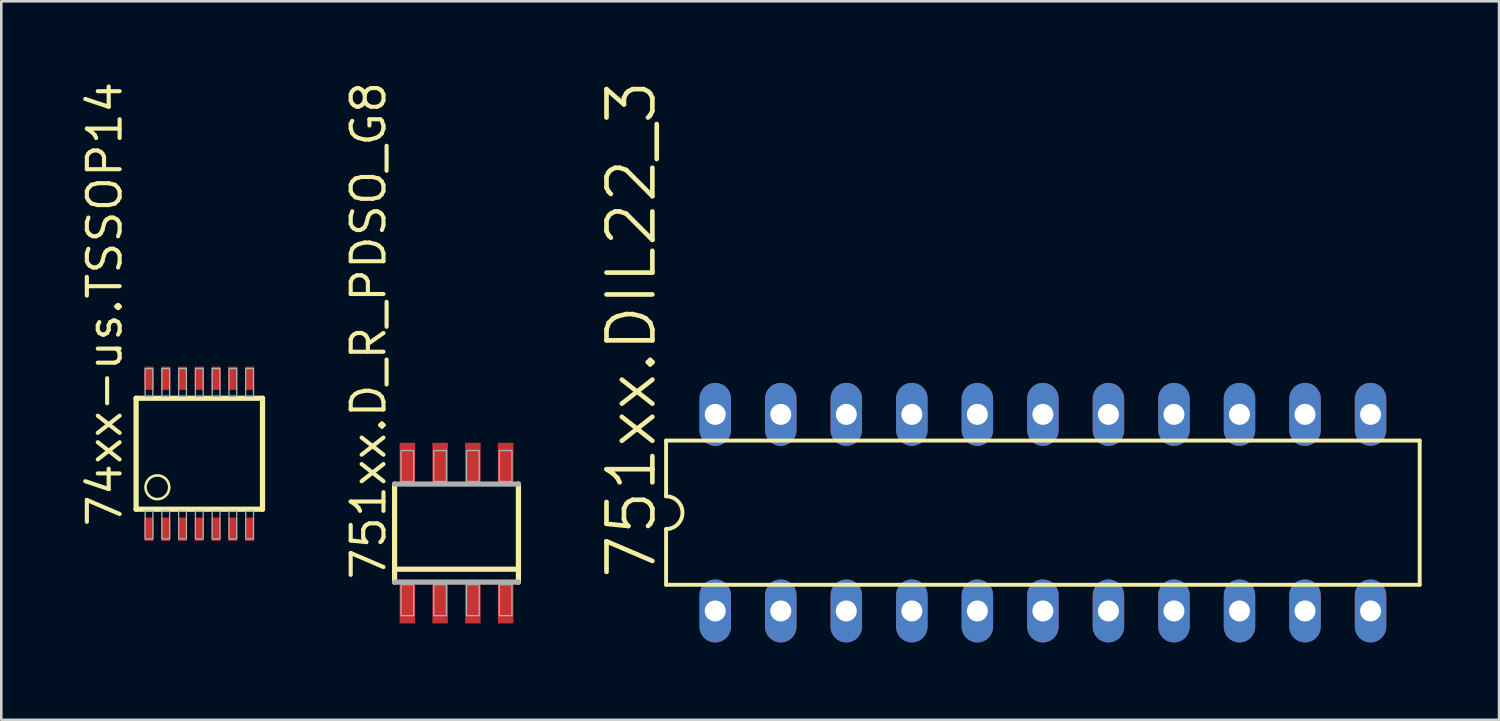
<source format=kicad_pcb>
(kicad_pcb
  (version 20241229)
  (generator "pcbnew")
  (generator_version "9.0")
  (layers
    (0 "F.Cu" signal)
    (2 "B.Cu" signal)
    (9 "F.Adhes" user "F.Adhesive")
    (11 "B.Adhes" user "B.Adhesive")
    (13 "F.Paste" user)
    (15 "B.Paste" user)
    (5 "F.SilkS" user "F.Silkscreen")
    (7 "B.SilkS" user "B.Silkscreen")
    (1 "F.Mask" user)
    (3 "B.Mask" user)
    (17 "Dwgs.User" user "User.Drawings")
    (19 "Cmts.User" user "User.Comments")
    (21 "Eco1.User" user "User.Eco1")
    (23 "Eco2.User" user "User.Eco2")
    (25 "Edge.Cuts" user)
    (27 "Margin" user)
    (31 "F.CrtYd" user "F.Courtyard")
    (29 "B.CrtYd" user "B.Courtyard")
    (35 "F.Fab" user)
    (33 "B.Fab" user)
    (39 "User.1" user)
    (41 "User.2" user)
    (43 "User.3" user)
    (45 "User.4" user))
  (footprint "751xx.DIL22_3"
    (layer "F.Cu")
    (at 37.373 16.821)
    (property "Reference" "751xx.DIL22_3" (at -14.91 2.667 90) (layer "F.SilkS") (effects (font (size 1.778 1.778) (thickness 0.18)) (justify left bottom)))
    (attr through_hole)
    (fp_line (start -14.605 -2.794) (end -14.605 -0.635) (stroke (width 0.152) (type default)) (layer "F.SilkS"))
    (fp_line (start -14.605 -2.794) (end 14.605 -2.794) (stroke (width 0.152) (type default)) (layer "F.SilkS"))
    (fp_line (start -14.605 0.635) (end -14.605 2.794) (stroke (width 0.152) (type default)) (layer "F.SilkS"))
    (fp_line (start -14.605 2.794) (end 14.605 2.794) (stroke (width 0.152) (type default)) (layer "F.SilkS"))
    (fp_line (start 14.605 2.794) (end 14.605 -2.794) (stroke (width 0.152) (type default)) (layer "F.SilkS"))
    (fp_arc (start -14.605 -0.635) (mid -13.97 0) (end -14.605 0.635) (stroke (width 0.1524) (type default)) (layer "F.SilkS"))
    (pad "1" thru_hole oval (at -12.7 3.81 90) (size 2.438 1.219) (drill 0.813) (layers "*.Cu" "*.Mask"))
    (pad "2" thru_hole oval (at -10.16 3.81 90) (size 2.438 1.219) (drill 0.813) (layers "*.Cu" "*.Mask"))
    (pad "3" thru_hole oval (at -7.62 3.81 90) (size 2.438 1.219) (drill 0.813) (layers "*.Cu" "*.Mask"))
    (pad "4" thru_hole oval (at -5.08 3.81 90) (size 2.438 1.219) (drill 0.813) (layers "*.Cu" "*.Mask"))
    (pad "5" thru_hole oval (at -2.54 3.81 90) (size 2.438 1.219) (drill 0.813) (layers "*.Cu" "*.Mask"))
    (pad "6" thru_hole oval (at 0 3.81 90) (size 2.438 1.219) (drill 0.813) (layers "*.Cu" "*.Mask"))
    (pad "7" thru_hole oval (at 2.54 3.81 90) (size 2.438 1.219) (drill 0.813) (layers "*.Cu" "*.Mask"))
    (pad "8" thru_hole oval (at 5.08 3.81 90) (size 2.438 1.219) (drill 0.813) (layers "*.Cu" "*.Mask"))
    (pad "9" thru_hole oval (at 7.62 3.81 90) (size 2.438 1.219) (drill 0.813) (layers "*.Cu" "*.Mask"))
    (pad "10" thru_hole oval (at 10.16 3.81 90) (size 2.438 1.219) (drill 0.813) (layers "*.Cu" "*.Mask"))
    (pad "11" thru_hole oval (at 12.7 3.81 90) (size 2.438 1.219) (drill 0.813) (layers "*.Cu" "*.Mask"))
    (pad "12" thru_hole oval (at 12.7 -3.81 90) (size 2.438 1.219) (drill 0.813) (layers "*.Cu" "*.Mask"))
    (pad "13" thru_hole oval (at 10.16 -3.81 90) (size 2.438 1.219) (drill 0.813) (layers "*.Cu" "*.Mask"))
    (pad "14" thru_hole oval (at 7.62 -3.81 90) (size 2.438 1.219) (drill 0.813) (layers "*.Cu" "*.Mask"))
    (pad "15" thru_hole oval (at 5.08 -3.81 90) (size 2.438 1.219) (drill 0.813) (layers "*.Cu" "*.Mask"))
    (pad "16" thru_hole oval (at 2.54 -3.81 90) (size 2.438 1.219) (drill 0.813) (layers "*.Cu" "*.Mask"))
    (pad "17" thru_hole oval (at 0 -3.81 90) (size 2.438 1.219) (drill 0.813) (layers "*.Cu" "*.Mask"))
    (pad "18" thru_hole oval (at -2.54 -3.81 90) (size 2.438 1.219) (drill 0.813) (layers "*.Cu" "*.Mask"))
    (pad "19" thru_hole oval (at -5.08 -3.81 90) (size 2.438 1.219) (drill 0.813) (layers "*.Cu" "*.Mask"))
    (pad "20" thru_hole oval (at -7.62 -3.81 90) (size 2.438 1.219) (drill 0.813) (layers "*.Cu" "*.Mask"))
    (pad "21" thru_hole oval (at -10.16 -3.81 90) (size 2.438 1.219) (drill 0.813) (layers "*.Cu" "*.Mask"))
    (pad "22" thru_hole oval (at -12.7 -3.81 90) (size 2.438 1.219) (drill 0.813) (layers "*.Cu" "*.Mask")))
  (footprint "751xx.D_R_PDSO_G8"
    (layer "F.Cu")
    (at 14.644 17.613)
    (property "Reference" "751xx.D_R_PDSO_G8" (at -2.667 1.905 90) (layer "F.SilkS") (effects (font (size 1.27 1.27) (thickness 0.16)) (justify left bottom)))
    (attr smd)
    (fp_line (start -2.4 1.4) (end -2.4 -1.9) (stroke (width 0.203) (type default)) (layer "F.SilkS"))
    (fp_line (start -2.4 1.9) (end -2.4 1.4) (stroke (width 0.203) (type default)) (layer "F.SilkS"))
    (fp_line (start 2.4 -1.9) (end 2.4 1.4) (stroke (width 0.203) (type default)) (layer "F.SilkS"))
    (fp_line (start 2.4 1.4) (end -2.4 1.4) (stroke (width 0.203) (type default)) (layer "F.SilkS"))
    (fp_line (start 2.4 1.4) (end 2.4 1.9) (stroke (width 0.203) (type default)) (layer "F.SilkS"))
    (fp_line (start -2.4 -1.9) (end 2.4 -1.9) (stroke (width 0.203) (type default)) (layer "F.Fab"))
    (fp_line (start 2.4 1.9) (end -2.4 1.9) (stroke (width 0.203) (type default)) (layer "F.Fab"))
    (fp_rect (start -2.15 -2) (end -1.66 -3.2) (stroke (width 0.05) (type default)) (fill no) (layer "F.Fab"))
    (fp_rect (start -2.15 3.2) (end -1.66 2) (stroke (width 0.05) (type default)) (fill no) (layer "F.Fab"))
    (fp_rect (start -0.88 -2) (end -0.39 -3.2) (stroke (width 0.05) (type default)) (fill no) (layer "F.Fab"))
    (fp_rect (start -0.88 3.2) (end -0.39 2) (stroke (width 0.05) (type default)) (fill no) (layer "F.Fab"))
    (fp_rect (start 0.39 -2) (end 0.88 -3.2) (stroke (width 0.05) (type default)) (fill no) (layer "F.Fab"))
    (fp_rect (start 0.39 3.2) (end 0.88 2) (stroke (width 0.05) (type default)) (fill no) (layer "F.Fab"))
    (fp_rect (start 1.66 -2) (end 2.15 -3.2) (stroke (width 0.05) (type default)) (fill no) (layer "F.Fab"))
    (fp_rect (start 1.66 3.2) (end 2.15 2) (stroke (width 0.05) (type default)) (fill no) (layer "F.Fab"))
    (pad "1" smd roundrect (at -1.905 2.75) (size 0.6 1.5) (layers "F.Cu" "F.Mask" "F.Paste") (roundrect_rratio 0.01))
    (pad "2" smd roundrect (at -0.635 2.75) (size 0.6 1.5) (layers "F.Cu" "F.Mask" "F.Paste") (roundrect_rratio 0.01))
    (pad "3" smd roundrect (at 0.635 2.75) (size 0.6 1.5) (layers "F.Cu" "F.Mask" "F.Paste") (roundrect_rratio 0.01))
    (pad "4" smd roundrect (at 1.905 2.75) (size 0.6 1.5) (layers "F.Cu" "F.Mask" "F.Paste") (roundrect_rratio 0.01))
    (pad "5" smd roundrect (at 1.905 -2.75) (size 0.6 1.5) (layers "F.Cu" "F.Mask" "F.Paste") (roundrect_rratio 0.01))
    (pad "6" smd roundrect (at 0.635 -2.75) (size 0.6 1.5) (layers "F.Cu" "F.Mask" "F.Paste") (roundrect_rratio 0.01))
    (pad "7" smd roundrect (at -0.635 -2.75) (size 0.6 1.5) (layers "F.Cu" "F.Mask" "F.Paste") (roundrect_rratio 0.01))
    (pad "8" smd roundrect (at -1.905 -2.75) (size 0.6 1.5) (layers "F.Cu" "F.Mask" "F.Paste") (roundrect_rratio 0.01)))
  (footprint "74xx-us.TSSOP14"
    (layer "F.Cu")
    (at 4.675 14.537)
    (property "Reference" "74xx-us.TSSOP14" (at -2.925 2.925 90) (layer "F.SilkS") (effects (font (size 1.27 1.27) (thickness 0.16)) (justify left bottom)))
    (attr smd)
    (fp_rect (start -2.175 -2.425) (end -1.725 -3.425) (stroke (width 0.05) (type default)) (fill yes) (layer "F.Mask"))
    (fp_rect (start -2.175 3.425) (end -1.725 2.425) (stroke (width 0.05) (type default)) (fill yes) (layer "F.Mask"))
    (fp_rect (start -1.525 -2.425) (end -1.075 -3.425) (stroke (width 0.05) (type default)) (fill yes) (layer "F.Mask"))
    (fp_rect (start -1.525 3.425) (end -1.075 2.425) (stroke (width 0.05) (type default)) (fill yes) (layer "F.Mask"))
    (fp_rect (start -0.875 -2.425) (end -0.425 -3.425) (stroke (width 0.05) (type default)) (fill yes) (layer "F.Mask"))
    (fp_rect (start -0.875 3.425) (end -0.425 2.425) (stroke (width 0.05) (type default)) (fill yes) (layer "F.Mask"))
    (fp_rect (start -0.225 -2.425) (end 0.225 -3.425) (stroke (width 0.05) (type default)) (fill yes) (layer "F.Mask"))
    (fp_rect (start -0.225 3.425) (end 0.225 2.425) (stroke (width 0.05) (type default)) (fill yes) (layer "F.Mask"))
    (fp_rect (start 0.425 -2.425) (end 0.875 -3.425) (stroke (width 0.05) (type default)) (fill yes) (layer "F.Mask"))
    (fp_rect (start 0.425 3.425) (end 0.875 2.425) (stroke (width 0.05) (type default)) (fill yes) (layer "F.Mask"))
    (fp_rect (start 1.075 -2.425) (end 1.525 -3.425) (stroke (width 0.05) (type default)) (fill yes) (layer "F.Mask"))
    (fp_rect (start 1.075 3.425) (end 1.525 2.425) (stroke (width 0.05) (type default)) (fill yes) (layer "F.Mask"))
    (fp_rect (start 1.725 -2.425) (end 2.175 -3.425) (stroke (width 0.05) (type default)) (fill yes) (layer "F.Mask"))
    (fp_rect (start 1.725 3.425) (end 2.175 2.425) (stroke (width 0.05) (type default)) (fill yes) (layer "F.Mask"))
    (fp_line (start -2.45 -2.15) (end 2.45 -2.15) (stroke (width 0.203) (type default)) (layer "F.SilkS"))
    (fp_line (start -2.45 2.15) (end -2.45 -2.15) (stroke (width 0.203) (type default)) (layer "F.SilkS"))
    (fp_line (start 2.45 -2.15) (end 2.45 2.15) (stroke (width 0.203) (type default)) (layer "F.SilkS"))
    (fp_line (start 2.45 2.15) (end -2.45 2.15) (stroke (width 0.203) (type default)) (layer "F.SilkS"))
    (fp_circle (center -1.625 1.3) (end -1.165 1.3) (stroke (width 0.1) (type default)) (fill no) (layer "F.SilkS"))
    (fp_rect (start -2.1 -2.225) (end -1.8 -3.3) (stroke (width 0.05) (type default)) (fill no) (layer "F.Fab"))
    (fp_rect (start -2.1 3.3) (end -1.8 2.225) (stroke (width 0.05) (type default)) (fill no) (layer "F.Fab"))
    (fp_rect (start -1.45 -2.225) (end -1.15 -3.3) (stroke (width 0.05) (type default)) (fill no) (layer "F.Fab"))
    (fp_rect (start -1.45 3.3) (end -1.15 2.225) (stroke (width 0.05) (type default)) (fill no) (layer "F.Fab"))
    (fp_rect (start -0.8 -2.225) (end -0.5 -3.3) (stroke (width 0.05) (type default)) (fill no) (layer "F.Fab"))
    (fp_rect (start -0.8 3.3) (end -0.5 2.225) (stroke (width 0.05) (type default)) (fill no) (layer "F.Fab"))
    (fp_rect (start -0.15 -2.225) (end 0.15 -3.3) (stroke (width 0.05) (type default)) (fill no) (layer "F.Fab"))
    (fp_rect (start -0.15 3.3) (end 0.15 2.225) (stroke (width 0.05) (type default)) (fill no) (layer "F.Fab"))
    (fp_rect (start 0.5 -2.225) (end 0.8 -3.3) (stroke (width 0.05) (type default)) (fill no) (layer "F.Fab"))
    (fp_rect (start 0.5 3.3) (end 0.8 2.225) (stroke (width 0.05) (type default)) (fill no) (layer "F.Fab"))
    (fp_rect (start 1.15 -2.225) (end 1.45 -3.3) (stroke (width 0.05) (type default)) (fill no) (layer "F.Fab"))
    (fp_rect (start 1.15 3.3) (end 1.45 2.225) (stroke (width 0.05) (type default)) (fill no) (layer "F.Fab"))
    (fp_rect (start 1.8 -2.225) (end 2.1 -3.3) (stroke (width 0.05) (type default)) (fill no) (layer "F.Fab"))
    (fp_rect (start 1.8 3.3) (end 2.1 2.225) (stroke (width 0.05) (type default)) (fill no) (layer "F.Fab"))
    (pad "1" smd roundrect (at -1.95 2.925) (size 0.35 0.9) (layers "F.Cu" "F.Mask" "F.Paste") (roundrect_rratio 0.01))
    (pad "2" smd roundrect (at -1.3 2.925) (size 0.35 0.9) (layers "F.Cu" "F.Mask" "F.Paste") (roundrect_rratio 0.01))
    (pad "3" smd roundrect (at -0.65 2.925) (size 0.35 0.9) (layers "F.Cu" "F.Mask" "F.Paste") (roundrect_rratio 0.01))
    (pad "4" smd roundrect (at 0 2.925) (size 0.35 0.9) (layers "F.Cu" "F.Mask" "F.Paste") (roundrect_rratio 0.01))
    (pad "5" smd roundrect (at 0.65 2.925) (size 0.35 0.9) (layers "F.Cu" "F.Mask" "F.Paste") (roundrect_rratio 0.01))
    (pad "6" smd roundrect (at 1.3 2.925) (size 0.35 0.9) (layers "F.Cu" "F.Mask" "F.Paste") (roundrect_rratio 0.01))
    (pad "7" smd roundrect (at 1.95 2.925) (size 0.35 0.9) (layers "F.Cu" "F.Mask" "F.Paste") (roundrect_rratio 0.01))
    (pad "8" smd roundrect (at 1.95 -2.925 180) (size 0.35 0.9) (layers "F.Cu" "F.Mask" "F.Paste") (roundrect_rratio 0.01))
    (pad "9" smd roundrect (at 1.3 -2.925 180) (size 0.35 0.9) (layers "F.Cu" "F.Mask" "F.Paste") (roundrect_rratio 0.01))
    (pad "10" smd roundrect (at 0.65 -2.925 180) (size 0.35 0.9) (layers "F.Cu" "F.Mask" "F.Paste") (roundrect_rratio 0.01))
    (pad "11" smd roundrect (at 0 -2.925 180) (size 0.35 0.9) (layers "F.Cu" "F.Mask" "F.Paste") (roundrect_rratio 0.01))
    (pad "12" smd roundrect (at -0.65 -2.925 180) (size 0.35 0.9) (layers "F.Cu" "F.Mask" "F.Paste") (roundrect_rratio 0.01))
    (pad "13" smd roundrect (at -1.3 -2.925 180) (size 0.35 0.9) (layers "F.Cu" "F.Mask" "F.Paste") (roundrect_rratio 0.01))
    (pad "14" smd roundrect (at -1.95 -2.925 180) (size 0.35 0.9) (layers "F.Cu" "F.Mask" "F.Paste") (roundrect_rratio 0.01)))
  (gr_rect
    (start -3 -3)
    (end 55.054 24.851)
    (stroke (width 0.1) (type default))
    (fill no)
    (layer "Edge.Cuts")))
</source>
